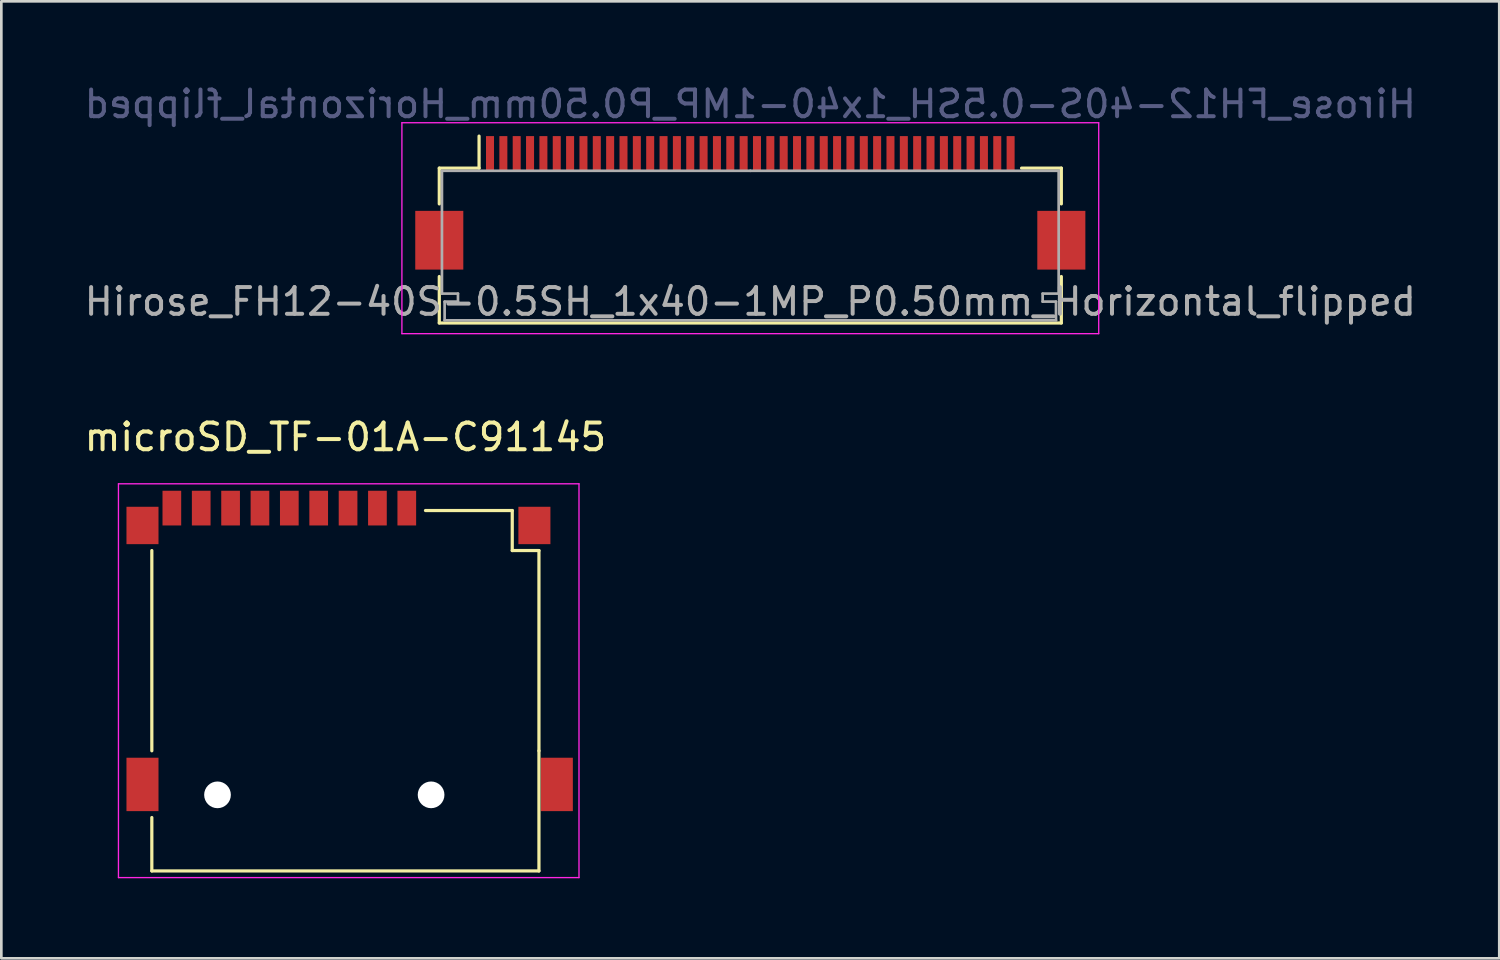
<source format=kicad_pcb>
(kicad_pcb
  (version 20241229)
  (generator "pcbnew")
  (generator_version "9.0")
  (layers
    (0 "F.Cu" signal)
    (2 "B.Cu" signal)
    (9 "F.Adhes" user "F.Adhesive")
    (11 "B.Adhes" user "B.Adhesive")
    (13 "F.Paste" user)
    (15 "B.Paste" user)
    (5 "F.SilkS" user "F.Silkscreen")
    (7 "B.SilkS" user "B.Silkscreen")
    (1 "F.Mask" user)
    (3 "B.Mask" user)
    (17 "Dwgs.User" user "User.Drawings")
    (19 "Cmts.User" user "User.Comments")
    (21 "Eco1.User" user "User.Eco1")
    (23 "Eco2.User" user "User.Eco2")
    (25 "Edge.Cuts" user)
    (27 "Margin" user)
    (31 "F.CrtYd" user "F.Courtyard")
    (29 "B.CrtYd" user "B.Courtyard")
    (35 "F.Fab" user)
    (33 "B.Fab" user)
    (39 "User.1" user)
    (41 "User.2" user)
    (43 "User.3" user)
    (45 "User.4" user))
  (footprint "microSD_TF-01A-C91145"
    (layer "F.Cu")
    (at 9.387 22.822)
    (property "Reference" "microSD_TF-01A-C91145" (at 0.5 -9.5 0) (layer "F.SilkS") (effects (font (size 1 1) (thickness 0.15))))
    (attr through_hole)
    (fp_line (start -6.75 -5.25) (end -6.75 2.25) (stroke (width 0.12) (type solid)) (layer "F.SilkS"))
    (fp_line (start -6.75 4.75) (end -6.75 6.75) (stroke (width 0.12) (type solid)) (layer "F.SilkS"))
    (fp_line (start -6.75 6.75) (end 7.75 6.75) (stroke (width 0.12) (type solid)) (layer "F.SilkS"))
    (fp_line (start 3.5 -6.75) (end 6.75 -6.75) (stroke (width 0.12) (type solid)) (layer "F.SilkS"))
    (fp_line (start 6.75 -5.25) (end 6.75 -6.75) (stroke (width 0.12) (type solid)) (layer "F.SilkS"))
    (fp_line (start 7.75 -5.25) (end 6.75 -5.25) (stroke (width 0.12) (type solid)) (layer "F.SilkS"))
    (fp_line (start 7.75 -5.25) (end 7.75 2.25) (stroke (width 0.12) (type solid)) (layer "F.SilkS"))
    (fp_line (start 7.75 6.75) (end 7.75 2.25) (stroke (width 0.12) (type solid)) (layer "F.SilkS"))
    (fp_line (start -8 -7.75) (end -8 7) (stroke (width 0.05) (type solid)) (layer "F.CrtYd"))
    (fp_line (start -8 7) (end 9.25 7) (stroke (width 0.05) (type solid)) (layer "F.CrtYd"))
    (fp_line (start 9.25 -7.75) (end -8 -7.75) (stroke (width 0.05) (type solid)) (layer "F.CrtYd"))
    (fp_line (start 9.25 7) (end 9.25 -7.75) (stroke (width 0.05) (type solid)) (layer "F.CrtYd"))
    (pad "" np_thru_hole circle (at -4.29 3.9) (size 1 1) (drill 1) (layers "*.Cu" "*.Mask"))
    (pad "" np_thru_hole circle (at 3.71 3.9) (size 1 1) (drill 1) (layers "*.Cu" "*.Mask"))
    (pad "1" smd rect (at 2.8 -6.84) (size 0.7 1.3) (layers "F.Cu" "F.Mask" "F.Paste"))
    (pad "2" smd rect (at 1.7 -6.84) (size 0.7 1.3) (layers "F.Cu" "F.Mask" "F.Paste"))
    (pad "3" smd rect (at 0.6 -6.84) (size 0.7 1.3) (layers "F.Cu" "F.Mask" "F.Paste"))
    (pad "4" smd rect (at -0.5 -6.84) (size 0.7 1.3) (layers "F.Cu" "F.Mask" "F.Paste"))
    (pad "5" smd rect (at -1.6 -6.84) (size 0.7 1.3) (layers "F.Cu" "F.Mask" "F.Paste"))
    (pad "6" smd rect (at -2.7 -6.84) (size 0.7 1.3) (layers "F.Cu" "F.Mask" "F.Paste"))
    (pad "7" smd rect (at -3.8 -6.84) (size 0.7 1.3) (layers "F.Cu" "F.Mask" "F.Paste"))
    (pad "8" smd rect (at -4.9 -6.84) (size 0.7 1.3) (layers "F.Cu" "F.Mask" "F.Paste"))
    (pad "9" smd rect (at -6 -6.84) (size 0.7 1.3) (layers "F.Cu" "F.Mask" "F.Paste"))
    (pad "10" smd rect (at -7.1 -6.19) (size 1.2 1.4) (layers "F.Cu" "F.Mask" "F.Paste"))
    (pad "10" smd rect (at -7.1 3.51) (size 1.2 2) (layers "F.Cu" "F.Mask" "F.Paste"))
    (pad "10" smd rect (at 7.58 -6.19) (size 1.2 1.4) (layers "F.Cu" "F.Mask" "F.Paste"))
    (pad "10" smd rect (at 8.42 3.51) (size 1.2 2) (layers "F.Cu" "F.Mask" "F.Paste")))
  (footprint "Hirose_FH12-40S-0.5SH_1x40-1MP_P0.50mm_Horizontal_flipped"
    (layer "F.Cu")
    (at 25.054 4.548)
    (property "Reference" "Hirose_FH12-40S-0.5SH_1x40-1MP_P0.50mm_Horizontal_flipped" (at 0 -3.7 0) (layer "B.Fab") (effects (font (size 1 1) (thickness 0.15)) (justify mirror)))
    (attr smd)
    (fp_line (start -11.65 -1.3) (end -11.65 0.04) (stroke (width 0.12) (type solid)) (layer "F.SilkS"))
    (fp_line (start -11.65 2.76) (end -11.65 4.5) (stroke (width 0.12) (type solid)) (layer "F.SilkS"))
    (fp_line (start -11.65 4.5) (end 11.65 4.5) (stroke (width 0.12) (type solid)) (layer "F.SilkS"))
    (fp_line (start -10.16 -1.3) (end -11.65 -1.3) (stroke (width 0.12) (type solid)) (layer "F.SilkS"))
    (fp_line (start -10.16 -1.3) (end -10.16 -2.5) (stroke (width 0.12) (type solid)) (layer "F.SilkS"))
    (fp_line (start 10.16 -1.3) (end 11.65 -1.3) (stroke (width 0.12) (type solid)) (layer "F.SilkS"))
    (fp_line (start 11.65 -1.3) (end 11.65 0.04) (stroke (width 0.12) (type solid)) (layer "F.SilkS"))
    (fp_line (start 11.65 4.5) (end 11.65 2.76) (stroke (width 0.12) (type solid)) (layer "F.SilkS"))
    (fp_line (start -13.05 -3) (end -13.05 4.9) (stroke (width 0.05) (type solid)) (layer "F.CrtYd"))
    (fp_line (start -13.05 4.9) (end 13.05 4.9) (stroke (width 0.05) (type solid)) (layer "F.CrtYd"))
    (fp_line (start 13.05 -3) (end -13.05 -3) (stroke (width 0.05) (type solid)) (layer "F.CrtYd"))
    (fp_line (start 13.05 4.9) (end 13.05 -3) (stroke (width 0.05) (type solid)) (layer "F.CrtYd"))
    (fp_line (start -11.55 -1.2) (end -11.55 3.4) (stroke (width 0.1) (type solid)) (layer "F.Fab"))
    (fp_line (start -11.55 3.4) (end -10.95 3.4) (stroke (width 0.1) (type solid)) (layer "F.Fab"))
    (fp_line (start -11.45 3.7) (end -11.45 4.4) (stroke (width 0.1) (type solid)) (layer "F.Fab"))
    (fp_line (start -11.45 4.4) (end 0 4.4) (stroke (width 0.1) (type solid)) (layer "F.Fab"))
    (fp_line (start -10.95 3.4) (end -10.95 3.7) (stroke (width 0.1) (type solid)) (layer "F.Fab"))
    (fp_line (start -10.95 3.7) (end -11.45 3.7) (stroke (width 0.1) (type solid)) (layer "F.Fab"))
    (fp_line (start 0 -1.2) (end -11.55 -1.2) (stroke (width 0.1) (type solid)) (layer "F.Fab"))
    (fp_line (start 0 -1.2) (end 11.55 -1.2) (stroke (width 0.1) (type solid)) (layer "F.Fab"))
    (fp_line (start 10.95 3.4) (end 10.95 3.7) (stroke (width 0.1) (type solid)) (layer "F.Fab"))
    (fp_line (start 10.95 3.7) (end 11.45 3.7) (stroke (width 0.1) (type solid)) (layer "F.Fab"))
    (fp_line (start 11.45 3.7) (end 11.45 4.4) (stroke (width 0.1) (type solid)) (layer "F.Fab"))
    (fp_line (start 11.45 4.4) (end 0 4.4) (stroke (width 0.1) (type solid)) (layer "F.Fab"))
    (fp_line (start 11.55 -1.2) (end 11.55 3.4) (stroke (width 0.1) (type solid)) (layer "F.Fab"))
    (fp_line (start 11.55 3.4) (end 10.95 3.4) (stroke (width 0.1) (type solid)) (layer "F.Fab"))
    (fp_text user "${REFERENCE}" (at 0 3.7 0) (layer "F.Fab") (effects (font (size 1 1) (thickness 0.15))))
    (pad "1" smd rect (at 9.75 -1.85) (size 0.3 1.3) (layers "F.Cu" "F.Mask" "F.Paste"))
    (pad "2" smd rect (at 9.25 -1.85) (size 0.3 1.3) (layers "F.Cu" "F.Mask" "F.Paste"))
    (pad "3" smd rect (at 8.75 -1.85) (size 0.3 1.3) (layers "F.Cu" "F.Mask" "F.Paste"))
    (pad "4" smd rect (at 8.25 -1.85) (size 0.3 1.3) (layers "F.Cu" "F.Mask" "F.Paste"))
    (pad "5" smd rect (at 7.75 -1.85) (size 0.3 1.3) (layers "F.Cu" "F.Mask" "F.Paste"))
    (pad "6" smd rect (at 7.25 -1.85) (size 0.3 1.3) (layers "F.Cu" "F.Mask" "F.Paste"))
    (pad "7" smd rect (at 6.75 -1.85) (size 0.3 1.3) (layers "F.Cu" "F.Mask" "F.Paste"))
    (pad "8" smd rect (at 6.25 -1.85) (size 0.3 1.3) (layers "F.Cu" "F.Mask" "F.Paste"))
    (pad "9" smd rect (at 5.75 -1.85) (size 0.3 1.3) (layers "F.Cu" "F.Mask" "F.Paste"))
    (pad "10" smd rect (at 5.25 -1.85) (size 0.3 1.3) (layers "F.Cu" "F.Mask" "F.Paste"))
    (pad "11" smd rect (at 4.75 -1.85) (size 0.3 1.3) (layers "F.Cu" "F.Mask" "F.Paste"))
    (pad "12" smd rect (at 4.25 -1.85) (size 0.3 1.3) (layers "F.Cu" "F.Mask" "F.Paste"))
    (pad "13" smd rect (at 3.75 -1.85) (size 0.3 1.3) (layers "F.Cu" "F.Mask" "F.Paste"))
    (pad "14" smd rect (at 3.25 -1.85) (size 0.3 1.3) (layers "F.Cu" "F.Mask" "F.Paste"))
    (pad "15" smd rect (at 2.75 -1.85) (size 0.3 1.3) (layers "F.Cu" "F.Mask" "F.Paste"))
    (pad "16" smd rect (at 2.25 -1.85) (size 0.3 1.3) (layers "F.Cu" "F.Mask" "F.Paste"))
    (pad "17" smd rect (at 1.75 -1.85) (size 0.3 1.3) (layers "F.Cu" "F.Mask" "F.Paste"))
    (pad "18" smd rect (at 1.25 -1.85) (size 0.3 1.3) (layers "F.Cu" "F.Mask" "F.Paste"))
    (pad "19" smd rect (at 0.75 -1.85) (size 0.3 1.3) (layers "F.Cu" "F.Mask" "F.Paste"))
    (pad "20" smd rect (at 0.25 -1.85) (size 0.3 1.3) (layers "F.Cu" "F.Mask" "F.Paste"))
    (pad "21" smd rect (at -0.25 -1.85) (size 0.3 1.3) (layers "F.Cu" "F.Mask" "F.Paste"))
    (pad "22" smd rect (at -0.75 -1.85) (size 0.3 1.3) (layers "F.Cu" "F.Mask" "F.Paste"))
    (pad "23" smd rect (at -1.25 -1.85) (size 0.3 1.3) (layers "F.Cu" "F.Mask" "F.Paste"))
    (pad "24" smd rect (at -1.75 -1.85) (size 0.3 1.3) (layers "F.Cu" "F.Mask" "F.Paste"))
    (pad "25" smd rect (at -2.25 -1.85) (size 0.3 1.3) (layers "F.Cu" "F.Mask" "F.Paste"))
    (pad "26" smd rect (at -2.75 -1.85) (size 0.3 1.3) (layers "F.Cu" "F.Mask" "F.Paste"))
    (pad "27" smd rect (at -3.25 -1.85) (size 0.3 1.3) (layers "F.Cu" "F.Mask" "F.Paste"))
    (pad "28" smd rect (at -3.75 -1.85) (size 0.3 1.3) (layers "F.Cu" "F.Mask" "F.Paste"))
    (pad "29" smd rect (at -4.25 -1.85) (size 0.3 1.3) (layers "F.Cu" "F.Mask" "F.Paste"))
    (pad "30" smd rect (at -4.75 -1.85) (size 0.3 1.3) (layers "F.Cu" "F.Mask" "F.Paste"))
    (pad "31" smd rect (at -5.25 -1.85) (size 0.3 1.3) (layers "F.Cu" "F.Mask" "F.Paste"))
    (pad "32" smd rect (at -5.75 -1.85) (size 0.3 1.3) (layers "F.Cu" "F.Mask" "F.Paste"))
    (pad "33" smd rect (at -6.25 -1.85) (size 0.3 1.3) (layers "F.Cu" "F.Mask" "F.Paste"))
    (pad "34" smd rect (at -6.75 -1.85) (size 0.3 1.3) (layers "F.Cu" "F.Mask" "F.Paste"))
    (pad "35" smd rect (at -7.25 -1.85) (size 0.3 1.3) (layers "F.Cu" "F.Mask" "F.Paste"))
    (pad "36" smd rect (at -7.75 -1.85) (size 0.3 1.3) (layers "F.Cu" "F.Mask" "F.Paste"))
    (pad "37" smd rect (at -8.25 -1.85) (size 0.3 1.3) (layers "F.Cu" "F.Mask" "F.Paste"))
    (pad "38" smd rect (at -8.75 -1.85) (size 0.3 1.3) (layers "F.Cu" "F.Mask" "F.Paste"))
    (pad "39" smd rect (at -9.25 -1.85) (size 0.3 1.3) (layers "F.Cu" "F.Mask" "F.Paste"))
    (pad "40" smd rect (at -9.75 -1.85) (size 0.3 1.3) (layers "F.Cu" "F.Mask" "F.Paste"))
    (pad "MP" smd rect (at -11.65 1.4) (size 1.8 2.2) (layers "F.Cu" "F.Mask" "F.Paste"))
    (pad "MP" smd rect (at 11.65 1.4) (size 1.8 2.2) (layers "F.Cu" "F.Mask" "F.Paste")))
  (gr_rect
    (start -3 -3)
    (end 53.107 32.846)
    (stroke (width 0.1) (type default))
    (fill no)
    (layer "Edge.Cuts")))
</source>
